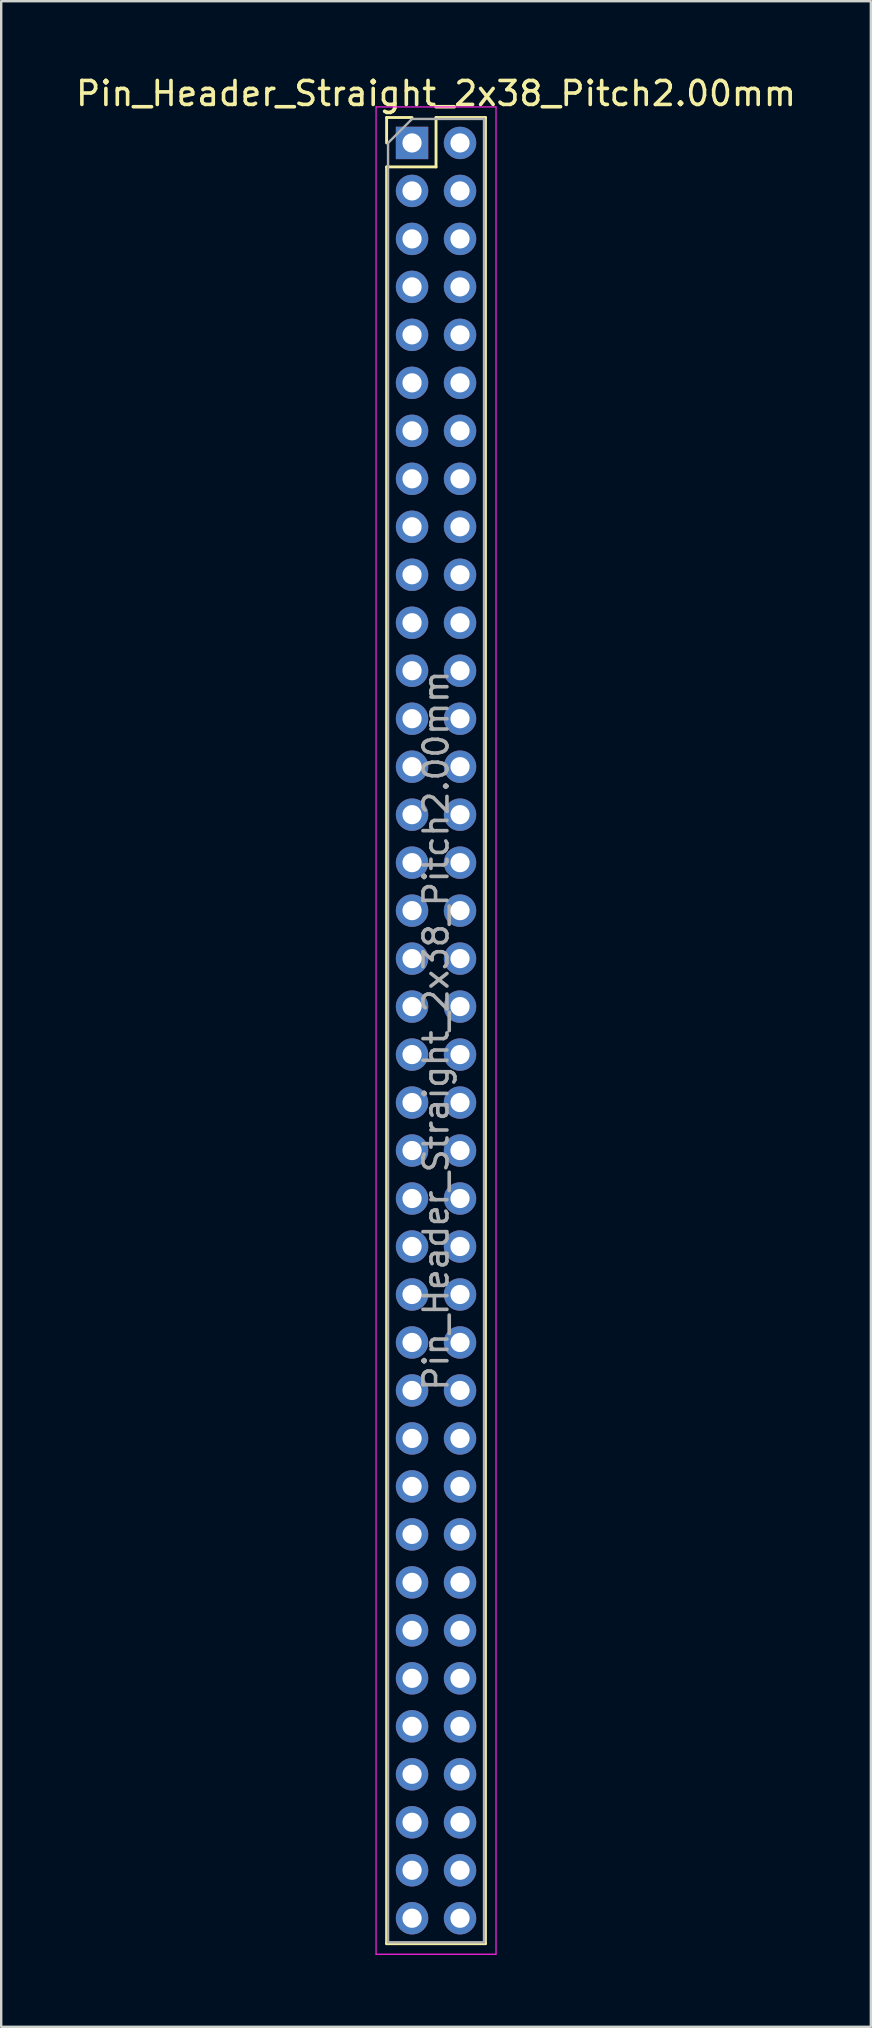
<source format=kicad_pcb>
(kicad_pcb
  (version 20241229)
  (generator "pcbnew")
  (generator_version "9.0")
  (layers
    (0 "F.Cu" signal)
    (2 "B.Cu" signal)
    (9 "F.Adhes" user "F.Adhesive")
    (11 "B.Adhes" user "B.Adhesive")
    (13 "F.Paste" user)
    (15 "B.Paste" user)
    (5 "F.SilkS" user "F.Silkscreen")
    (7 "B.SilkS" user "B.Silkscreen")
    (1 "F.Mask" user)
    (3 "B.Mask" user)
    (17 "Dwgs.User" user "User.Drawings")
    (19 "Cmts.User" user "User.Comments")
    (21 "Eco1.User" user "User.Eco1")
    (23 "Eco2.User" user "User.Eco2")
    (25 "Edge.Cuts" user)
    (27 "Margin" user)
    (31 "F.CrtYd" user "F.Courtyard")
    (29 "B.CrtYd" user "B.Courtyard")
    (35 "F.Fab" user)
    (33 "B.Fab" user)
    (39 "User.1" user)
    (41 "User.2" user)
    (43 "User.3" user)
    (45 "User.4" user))
  (footprint "Pin_Header_Straight_2x38_Pitch2.00mm"
    (layer "F.Cu")
    (at 14.125 2.908)
    (property "Reference" "Pin_Header_Straight_2x38_Pitch2.00mm" (at 1 -2.06 0) (layer "F.SilkS") (effects (font (size 1 1) (thickness 0.15))))
    (attr through_hole)
    (fp_line (start -1.06 -1.06) (end 0 -1.06) (stroke (width 0.12) (type solid)) (layer "F.SilkS"))
    (fp_line (start -1.06 0) (end -1.06 -1.06) (stroke (width 0.12) (type solid)) (layer "F.SilkS"))
    (fp_line (start -1.06 1) (end -1.06 75.06) (stroke (width 0.12) (type solid)) (layer "F.SilkS"))
    (fp_line (start -1.06 75.06) (end 3.06 75.06) (stroke (width 0.12) (type solid)) (layer "F.SilkS"))
    (fp_line (start 1 -1.06) (end 1 1) (stroke (width 0.12) (type solid)) (layer "F.SilkS"))
    (fp_line (start 1 1) (end -1.06 1) (stroke (width 0.12) (type solid)) (layer "F.SilkS"))
    (fp_line (start 3.06 -1.06) (end 1 -1.06) (stroke (width 0.12) (type solid)) (layer "F.SilkS"))
    (fp_line (start 3.06 75.06) (end 3.06 -1.06) (stroke (width 0.12) (type solid)) (layer "F.SilkS"))
    (fp_line (start -1.5 -1.5) (end -1.5 75.5) (stroke (width 0.05) (type solid)) (layer "F.CrtYd"))
    (fp_line (start -1.5 75.5) (end 3.5 75.5) (stroke (width 0.05) (type solid)) (layer "F.CrtYd"))
    (fp_line (start 3.5 -1.5) (end -1.5 -1.5) (stroke (width 0.05) (type solid)) (layer "F.CrtYd"))
    (fp_line (start 3.5 75.5) (end 3.5 -1.5) (stroke (width 0.05) (type solid)) (layer "F.CrtYd"))
    (fp_line (start -1 0) (end 0 -1) (stroke (width 0.1) (type solid)) (layer "F.Fab"))
    (fp_line (start -1 75) (end -1 0) (stroke (width 0.1) (type solid)) (layer "F.Fab"))
    (fp_line (start 0 -1) (end 3 -1) (stroke (width 0.1) (type solid)) (layer "F.Fab"))
    (fp_line (start 3 -1) (end 3 75) (stroke (width 0.1) (type solid)) (layer "F.Fab"))
    (fp_line (start 3 75) (end -1 75) (stroke (width 0.1) (type solid)) (layer "F.Fab"))
    (fp_text user "${REFERENCE}" (at 1 37 90) (layer "F.Fab") (effects (font (size 1 1) (thickness 0.15))))
    (pad "1" thru_hole rect (at 0 0) (size 1.35 1.35) (drill 0.8) (layers "*.Cu" "*.Mask"))
    (pad "2" thru_hole oval (at 2 0) (size 1.35 1.35) (drill 0.8) (layers "*.Cu" "*.Mask"))
    (pad "3" thru_hole oval (at 0 2) (size 1.35 1.35) (drill 0.8) (layers "*.Cu" "*.Mask"))
    (pad "4" thru_hole oval (at 2 2) (size 1.35 1.35) (drill 0.8) (layers "*.Cu" "*.Mask"))
    (pad "5" thru_hole oval (at 0 4) (size 1.35 1.35) (drill 0.8) (layers "*.Cu" "*.Mask"))
    (pad "6" thru_hole oval (at 2 4) (size 1.35 1.35) (drill 0.8) (layers "*.Cu" "*.Mask"))
    (pad "7" thru_hole oval (at 0 6) (size 1.35 1.35) (drill 0.8) (layers "*.Cu" "*.Mask"))
    (pad "8" thru_hole oval (at 2 6) (size 1.35 1.35) (drill 0.8) (layers "*.Cu" "*.Mask"))
    (pad "9" thru_hole oval (at 0 8) (size 1.35 1.35) (drill 0.8) (layers "*.Cu" "*.Mask"))
    (pad "10" thru_hole oval (at 2 8) (size 1.35 1.35) (drill 0.8) (layers "*.Cu" "*.Mask"))
    (pad "11" thru_hole oval (at 0 10) (size 1.35 1.35) (drill 0.8) (layers "*.Cu" "*.Mask"))
    (pad "12" thru_hole oval (at 2 10) (size 1.35 1.35) (drill 0.8) (layers "*.Cu" "*.Mask"))
    (pad "13" thru_hole oval (at 0 12) (size 1.35 1.35) (drill 0.8) (layers "*.Cu" "*.Mask"))
    (pad "14" thru_hole oval (at 2 12) (size 1.35 1.35) (drill 0.8) (layers "*.Cu" "*.Mask"))
    (pad "15" thru_hole oval (at 0 14) (size 1.35 1.35) (drill 0.8) (layers "*.Cu" "*.Mask"))
    (pad "16" thru_hole oval (at 2 14) (size 1.35 1.35) (drill 0.8) (layers "*.Cu" "*.Mask"))
    (pad "17" thru_hole oval (at 0 16) (size 1.35 1.35) (drill 0.8) (layers "*.Cu" "*.Mask"))
    (pad "18" thru_hole oval (at 2 16) (size 1.35 1.35) (drill 0.8) (layers "*.Cu" "*.Mask"))
    (pad "19" thru_hole oval (at 0 18) (size 1.35 1.35) (drill 0.8) (layers "*.Cu" "*.Mask"))
    (pad "20" thru_hole oval (at 2 18) (size 1.35 1.35) (drill 0.8) (layers "*.Cu" "*.Mask"))
    (pad "21" thru_hole oval (at 0 20) (size 1.35 1.35) (drill 0.8) (layers "*.Cu" "*.Mask"))
    (pad "22" thru_hole oval (at 2 20) (size 1.35 1.35) (drill 0.8) (layers "*.Cu" "*.Mask"))
    (pad "23" thru_hole oval (at 0 22) (size 1.35 1.35) (drill 0.8) (layers "*.Cu" "*.Mask"))
    (pad "24" thru_hole oval (at 2 22) (size 1.35 1.35) (drill 0.8) (layers "*.Cu" "*.Mask"))
    (pad "25" thru_hole oval (at 0 24) (size 1.35 1.35) (drill 0.8) (layers "*.Cu" "*.Mask"))
    (pad "26" thru_hole oval (at 2 24) (size 1.35 1.35) (drill 0.8) (layers "*.Cu" "*.Mask"))
    (pad "27" thru_hole oval (at 0 26) (size 1.35 1.35) (drill 0.8) (layers "*.Cu" "*.Mask"))
    (pad "28" thru_hole oval (at 2 26) (size 1.35 1.35) (drill 0.8) (layers "*.Cu" "*.Mask"))
    (pad "29" thru_hole oval (at 0 28) (size 1.35 1.35) (drill 0.8) (layers "*.Cu" "*.Mask"))
    (pad "30" thru_hole oval (at 2 28) (size 1.35 1.35) (drill 0.8) (layers "*.Cu" "*.Mask"))
    (pad "31" thru_hole oval (at 0 30) (size 1.35 1.35) (drill 0.8) (layers "*.Cu" "*.Mask"))
    (pad "32" thru_hole oval (at 2 30) (size 1.35 1.35) (drill 0.8) (layers "*.Cu" "*.Mask"))
    (pad "33" thru_hole oval (at 0 32) (size 1.35 1.35) (drill 0.8) (layers "*.Cu" "*.Mask"))
    (pad "34" thru_hole oval (at 2 32) (size 1.35 1.35) (drill 0.8) (layers "*.Cu" "*.Mask"))
    (pad "35" thru_hole oval (at 0 34) (size 1.35 1.35) (drill 0.8) (layers "*.Cu" "*.Mask"))
    (pad "36" thru_hole oval (at 2 34) (size 1.35 1.35) (drill 0.8) (layers "*.Cu" "*.Mask"))
    (pad "37" thru_hole oval (at 0 36) (size 1.35 1.35) (drill 0.8) (layers "*.Cu" "*.Mask"))
    (pad "38" thru_hole oval (at 2 36) (size 1.35 1.35) (drill 0.8) (layers "*.Cu" "*.Mask"))
    (pad "39" thru_hole oval (at 0 38) (size 1.35 1.35) (drill 0.8) (layers "*.Cu" "*.Mask"))
    (pad "40" thru_hole oval (at 2 38) (size 1.35 1.35) (drill 0.8) (layers "*.Cu" "*.Mask"))
    (pad "41" thru_hole oval (at 0 40) (size 1.35 1.35) (drill 0.8) (layers "*.Cu" "*.Mask"))
    (pad "42" thru_hole oval (at 2 40) (size 1.35 1.35) (drill 0.8) (layers "*.Cu" "*.Mask"))
    (pad "43" thru_hole oval (at 0 42) (size 1.35 1.35) (drill 0.8) (layers "*.Cu" "*.Mask"))
    (pad "44" thru_hole oval (at 2 42) (size 1.35 1.35) (drill 0.8) (layers "*.Cu" "*.Mask"))
    (pad "45" thru_hole oval (at 0 44) (size 1.35 1.35) (drill 0.8) (layers "*.Cu" "*.Mask"))
    (pad "46" thru_hole oval (at 2 44) (size 1.35 1.35) (drill 0.8) (layers "*.Cu" "*.Mask"))
    (pad "47" thru_hole oval (at 0 46) (size 1.35 1.35) (drill 0.8) (layers "*.Cu" "*.Mask"))
    (pad "48" thru_hole oval (at 2 46) (size 1.35 1.35) (drill 0.8) (layers "*.Cu" "*.Mask"))
    (pad "49" thru_hole oval (at 0 48) (size 1.35 1.35) (drill 0.8) (layers "*.Cu" "*.Mask"))
    (pad "50" thru_hole oval (at 2 48) (size 1.35 1.35) (drill 0.8) (layers "*.Cu" "*.Mask"))
    (pad "51" thru_hole oval (at 0 50) (size 1.35 1.35) (drill 0.8) (layers "*.Cu" "*.Mask"))
    (pad "52" thru_hole oval (at 2 50) (size 1.35 1.35) (drill 0.8) (layers "*.Cu" "*.Mask"))
    (pad "53" thru_hole oval (at 0 52) (size 1.35 1.35) (drill 0.8) (layers "*.Cu" "*.Mask"))
    (pad "54" thru_hole oval (at 2 52) (size 1.35 1.35) (drill 0.8) (layers "*.Cu" "*.Mask"))
    (pad "55" thru_hole oval (at 0 54) (size 1.35 1.35) (drill 0.8) (layers "*.Cu" "*.Mask"))
    (pad "56" thru_hole oval (at 2 54) (size 1.35 1.35) (drill 0.8) (layers "*.Cu" "*.Mask"))
    (pad "57" thru_hole oval (at 0 56) (size 1.35 1.35) (drill 0.8) (layers "*.Cu" "*.Mask"))
    (pad "58" thru_hole oval (at 2 56) (size 1.35 1.35) (drill 0.8) (layers "*.Cu" "*.Mask"))
    (pad "59" thru_hole oval (at 0 58) (size 1.35 1.35) (drill 0.8) (layers "*.Cu" "*.Mask"))
    (pad "60" thru_hole oval (at 2 58) (size 1.35 1.35) (drill 0.8) (layers "*.Cu" "*.Mask"))
    (pad "61" thru_hole oval (at 0 60) (size 1.35 1.35) (drill 0.8) (layers "*.Cu" "*.Mask"))
    (pad "62" thru_hole oval (at 2 60) (size 1.35 1.35) (drill 0.8) (layers "*.Cu" "*.Mask"))
    (pad "63" thru_hole oval (at 0 62) (size 1.35 1.35) (drill 0.8) (layers "*.Cu" "*.Mask"))
    (pad "64" thru_hole oval (at 2 62) (size 1.35 1.35) (drill 0.8) (layers "*.Cu" "*.Mask"))
    (pad "65" thru_hole oval (at 0 64) (size 1.35 1.35) (drill 0.8) (layers "*.Cu" "*.Mask"))
    (pad "66" thru_hole oval (at 2 64) (size 1.35 1.35) (drill 0.8) (layers "*.Cu" "*.Mask"))
    (pad "67" thru_hole oval (at 0 66) (size 1.35 1.35) (drill 0.8) (layers "*.Cu" "*.Mask"))
    (pad "68" thru_hole oval (at 2 66) (size 1.35 1.35) (drill 0.8) (layers "*.Cu" "*.Mask"))
    (pad "69" thru_hole oval (at 0 68) (size 1.35 1.35) (drill 0.8) (layers "*.Cu" "*.Mask"))
    (pad "70" thru_hole oval (at 2 68) (size 1.35 1.35) (drill 0.8) (layers "*.Cu" "*.Mask"))
    (pad "71" thru_hole oval (at 0 70) (size 1.35 1.35) (drill 0.8) (layers "*.Cu" "*.Mask"))
    (pad "72" thru_hole oval (at 2 70) (size 1.35 1.35) (drill 0.8) (layers "*.Cu" "*.Mask"))
    (pad "73" thru_hole oval (at 0 72) (size 1.35 1.35) (drill 0.8) (layers "*.Cu" "*.Mask"))
    (pad "74" thru_hole oval (at 2 72) (size 1.35 1.35) (drill 0.8) (layers "*.Cu" "*.Mask"))
    (pad "75" thru_hole oval (at 0 74) (size 1.35 1.35) (drill 0.8) (layers "*.Cu" "*.Mask"))
    (pad "76" thru_hole oval (at 2 74) (size 1.35 1.35) (drill 0.8) (layers "*.Cu" "*.Mask")))
  (gr_rect
    (start -3 -3)
    (end 33.25 81.433)
    (stroke (width 0.1) (type default))
    (fill no)
    (layer "Edge.Cuts")))
</source>
